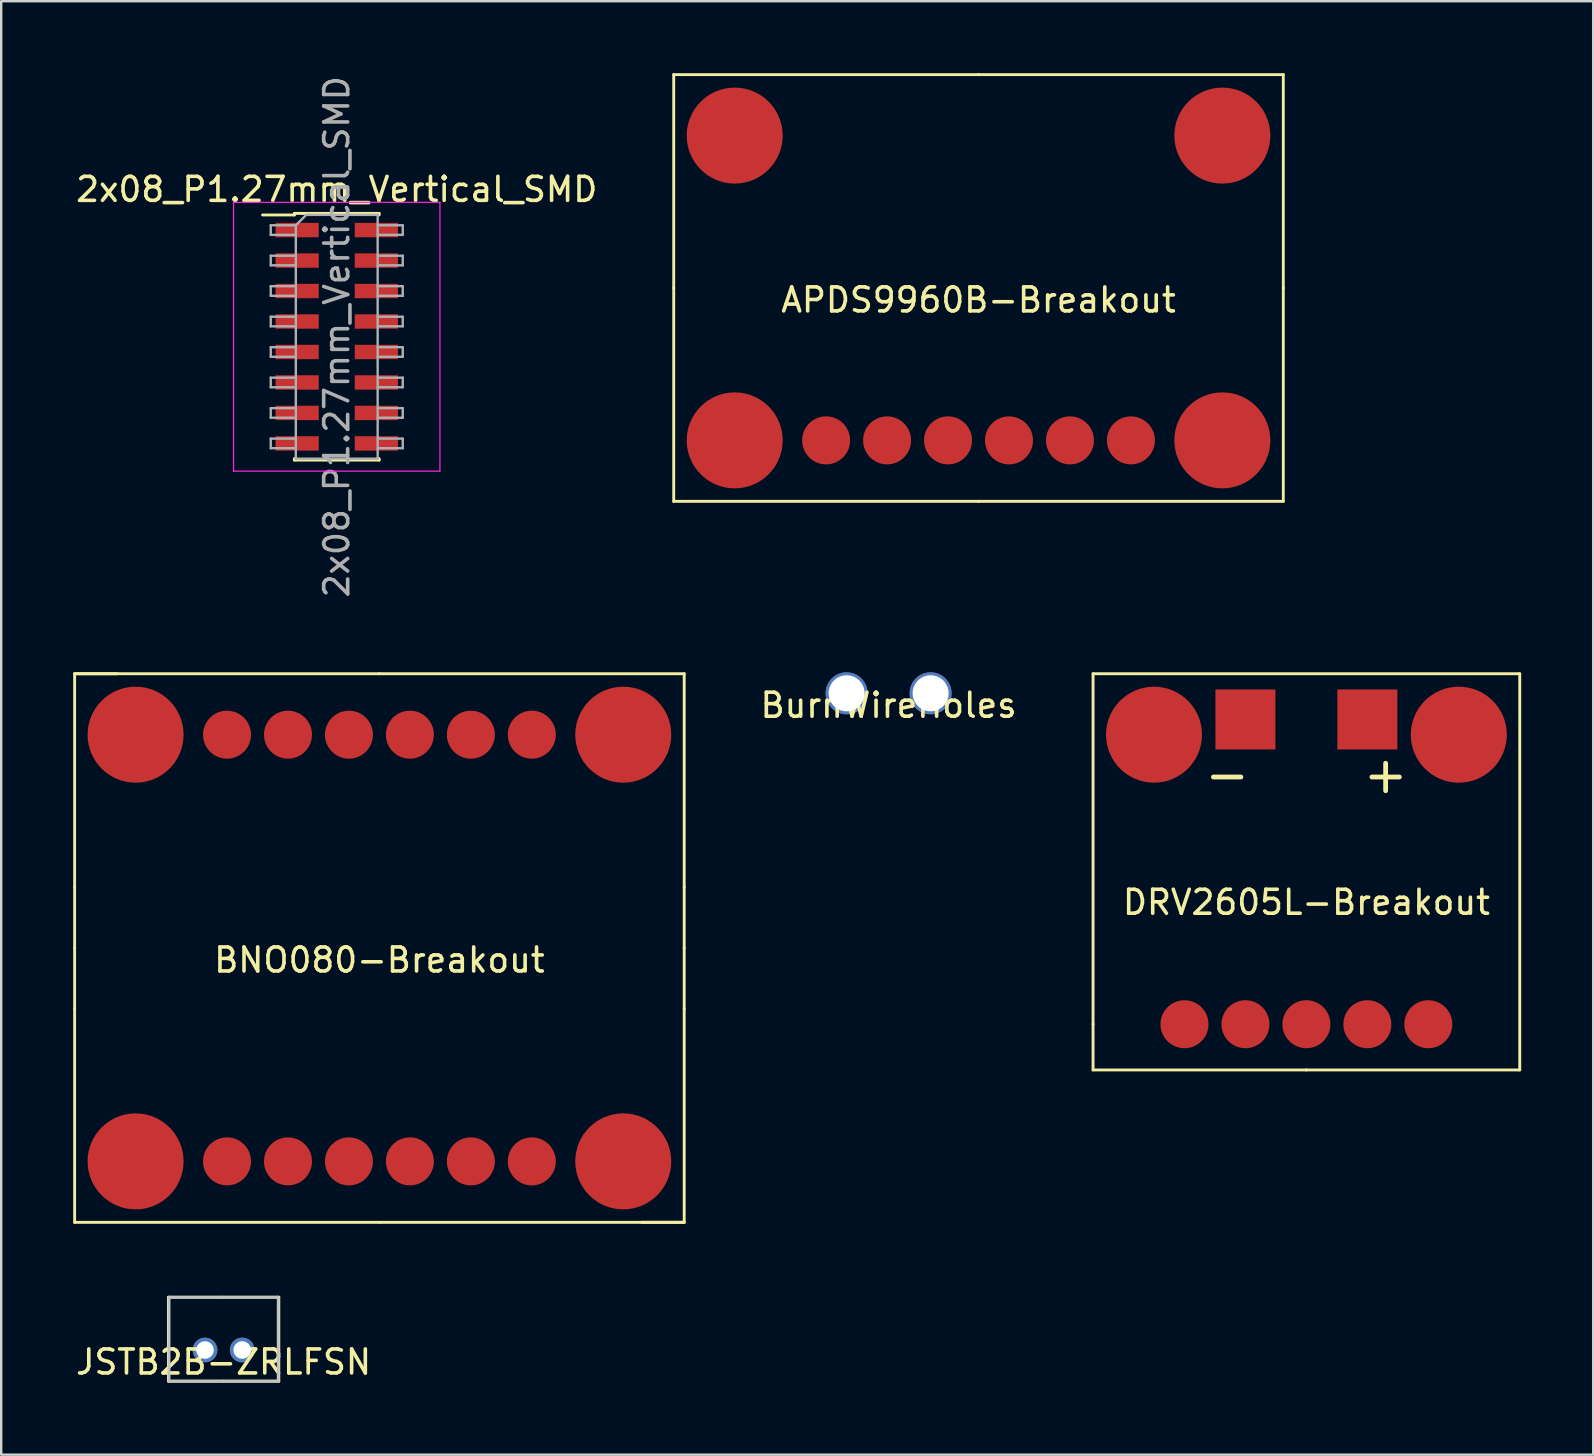
<source format=kicad_pcb>
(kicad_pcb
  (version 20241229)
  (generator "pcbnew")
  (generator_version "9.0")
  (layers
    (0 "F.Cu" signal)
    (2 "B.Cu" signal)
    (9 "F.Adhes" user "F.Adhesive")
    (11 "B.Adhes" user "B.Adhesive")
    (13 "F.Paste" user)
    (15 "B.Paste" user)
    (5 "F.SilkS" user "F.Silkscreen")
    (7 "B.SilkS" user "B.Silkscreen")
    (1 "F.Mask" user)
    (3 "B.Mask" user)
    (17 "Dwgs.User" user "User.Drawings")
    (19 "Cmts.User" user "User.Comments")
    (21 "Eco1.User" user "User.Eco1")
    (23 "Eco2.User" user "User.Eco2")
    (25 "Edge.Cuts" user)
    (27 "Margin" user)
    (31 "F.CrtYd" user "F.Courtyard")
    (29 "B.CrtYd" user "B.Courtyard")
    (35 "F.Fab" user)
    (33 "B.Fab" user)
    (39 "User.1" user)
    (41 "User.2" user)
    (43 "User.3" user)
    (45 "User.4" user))
  (footprint "BNO080-Breakout"
    (layer "F.Cu")
    (at 12.76 36.454)
    (property "Reference" "BNO080-Breakout" (at 0 0.5 0) (layer "F.SilkS") (effects (font (size 1 1) (thickness 0.15))))
    (attr through_hole)
    (fp_line (start -12.7 -11.43) (end -10.922 -11.43) (stroke (width 0.12) (type solid)) (layer "F.SilkS"))
    (fp_line (start -12.7 -2.54) (end -12.7 -11.43) (stroke (width 0.12) (type solid)) (layer "F.SilkS"))
    (fp_line (start -12.7 -2.54) (end -12.7 0) (stroke (width 0.12) (type solid)) (layer "F.SilkS"))
    (fp_line (start -12.7 2.54) (end -12.7 0) (stroke (width 0.12) (type solid)) (layer "F.SilkS"))
    (fp_line (start -12.7 2.54) (end -12.7 11.43) (stroke (width 0.12) (type solid)) (layer "F.SilkS"))
    (fp_line (start 0 -11.43) (end -12.7 -11.43) (stroke (width 0.12) (type solid)) (layer "F.SilkS"))
    (fp_line (start 0 -11.43) (end 12.7 -11.43) (stroke (width 0.12) (type solid)) (layer "F.SilkS"))
    (fp_line (start 0 11.43) (end -12.7 11.43) (stroke (width 0.12) (type solid)) (layer "F.SilkS"))
    (fp_line (start 0 11.43) (end 12.7 11.43) (stroke (width 0.12) (type solid)) (layer "F.SilkS"))
    (fp_line (start 12.7 -2.54) (end 12.7 -11.43) (stroke (width 0.12) (type solid)) (layer "F.SilkS"))
    (fp_line (start 12.7 -2.54) (end 12.7 0) (stroke (width 0.12) (type solid)) (layer "F.SilkS"))
    (fp_line (start 12.7 2.54) (end 12.7 0) (stroke (width 0.12) (type solid)) (layer "F.SilkS"))
    (fp_line (start 12.7 2.54) (end 12.7 11.43) (stroke (width 0.12) (type solid)) (layer "F.SilkS"))
    (fp_line (start 12.7 11.43) (end 10.922 11.43) (stroke (width 0.12) (type solid)) (layer "F.SilkS"))
    (pad "1" smd circle (at -6.35 8.89) (size 2 2) (layers "F.Cu" "F.Mask" "F.Paste"))
    (pad "2" smd circle (at -3.81 8.89) (size 2 2) (layers "F.Cu" "F.Mask" "F.Paste"))
    (pad "3" smd circle (at -1.27 8.89) (size 2 2) (layers "F.Cu" "F.Mask" "F.Paste"))
    (pad "4" smd circle (at 1.27 8.89) (size 2 2) (layers "F.Cu" "F.Mask" "F.Paste"))
    (pad "5" smd circle (at 3.81 8.89) (size 2 2) (layers "F.Cu" "F.Mask" "F.Paste"))
    (pad "6" smd circle (at 6.35 8.89) (size 2 2) (layers "F.Cu" "F.Mask" "F.Paste"))
    (pad "7" smd circle (at -6.35 -8.89 180) (size 2 2) (layers "F.Cu" "F.Mask" "F.Paste"))
    (pad "8" smd circle (at -3.81 -8.89 180) (size 2 2) (layers "F.Cu" "F.Mask" "F.Paste"))
    (pad "9" smd circle (at -1.27 -8.89 180) (size 2 2) (layers "F.Cu" "F.Mask" "F.Paste"))
    (pad "10" smd circle (at 1.27 -8.89 180) (size 2 2) (layers "F.Cu" "F.Mask" "F.Paste"))
    (pad "11" smd circle (at 3.81 -8.89 180) (size 2 2) (layers "F.Cu" "F.Mask" "F.Paste"))
    (pad "12" smd circle (at 6.35 -8.89 180) (size 2 2) (layers "F.Cu" "F.Mask" "F.Paste"))
    (pad "13" smd circle (at -10.16 8.89) (size 4 4) (layers "F.Cu" "F.Mask" "F.Paste"))
    (pad "14" smd circle (at 10.16 8.89) (size 4 4) (layers "F.Cu" "F.Mask" "F.Paste"))
    (pad "15" smd circle (at -10.16 -8.89 180) (size 4 4) (layers "F.Cu" "F.Mask" "F.Paste"))
    (pad "16" smd circle (at 10.16 -8.89 180) (size 4 4) (layers "F.Cu" "F.Mask" "F.Paste")))
  (footprint "JSTB2B-ZRLFSN"
    (layer "F.Cu")
    (at 6.268 53.204)
    (property "Reference" "JSTB2B-ZRLFSN" (at 0 0.5 0) (layer "F.SilkS") (effects (font (size 1 1) (thickness 0.15))))
    (attr through_hole)
    (fp_line (start -2.3 -2.2) (end 2.3 -2.2) (stroke (width 0.12) (type solid)) (layer "F.SilkS"))
    (fp_line (start -2.3 1.3) (end -2.3 -2.2) (stroke (width 0.12) (type solid)) (layer "F.SilkS"))
    (fp_line (start 2.3 -2.2) (end 2.3 1.3) (stroke (width 0.12) (type solid)) (layer "F.SilkS"))
    (fp_line (start 2.3 1.3) (end -2.3 1.3) (stroke (width 0.12) (type solid)) (layer "F.SilkS"))
    (fp_line (start -2.275 1.3) (end -2.275 -2.2) (stroke (width 0.12) (type solid)) (layer "Dwgs.User"))
    (fp_line (start 0 -2.2) (end -2.25 -2.2) (stroke (width 0.12) (type solid)) (layer "Dwgs.User"))
    (fp_line (start 0 -2.2) (end 2.25 -2.2) (stroke (width 0.12) (type solid)) (layer "Dwgs.User"))
    (fp_line (start 0 1.3) (end -2.25 1.3) (stroke (width 0.12) (type solid)) (layer "Dwgs.User"))
    (fp_line (start 0 1.3) (end 2.25 1.3) (stroke (width 0.12) (type solid)) (layer "Dwgs.User"))
    (fp_line (start 2.275 1.3) (end 2.275 -2.2) (stroke (width 0.12) (type solid)) (layer "Dwgs.User"))
    (pad "1" thru_hole circle (at -0.775 0) (size 1.03 1.03) (drill 0.73) (layers "*.Cu" "*.Mask"))
    (pad "2" thru_hole circle (at 0.775 0 180) (size 1.03 1.03) (drill 0.73) (layers "*.Cu" "*.Mask")))
  (footprint "APDS9960B-Breakout"
    (layer "F.Cu")
    (at 37.724 8.95)
    (property "Reference" "APDS9960B-Breakout" (at 0 0.5 0) (layer "F.SilkS") (effects (font (size 1 1) (thickness 0.15))))
    (attr through_hole)
    (fp_line (start -12.7 0) (end -12.7 -8.89) (stroke (width 0.12) (type solid)) (layer "F.SilkS"))
    (fp_line (start -12.7 0) (end -12.7 8.89) (stroke (width 0.12) (type solid)) (layer "F.SilkS"))
    (fp_line (start 0 -8.89) (end -12.7 -8.89) (stroke (width 0.12) (type solid)) (layer "F.SilkS"))
    (fp_line (start 0 -8.89) (end 12.7 -8.89) (stroke (width 0.12) (type solid)) (layer "F.SilkS"))
    (fp_line (start 0 8.89) (end -12.7 8.89) (stroke (width 0.12) (type solid)) (layer "F.SilkS"))
    (fp_line (start 0 8.89) (end 12.7 8.89) (stroke (width 0.12) (type solid)) (layer "F.SilkS"))
    (fp_line (start 12.7 0) (end 12.7 -8.89) (stroke (width 0.12) (type solid)) (layer "F.SilkS"))
    (fp_line (start 12.7 0) (end 12.7 8.89) (stroke (width 0.12) (type solid)) (layer "F.SilkS"))
    (pad "1" smd circle (at -6.35 6.35) (size 2 2) (layers "F.Cu" "F.Mask" "F.Paste"))
    (pad "2" smd circle (at -3.81 6.35) (size 2 2) (layers "F.Cu" "F.Mask" "F.Paste"))
    (pad "3" smd circle (at -1.27 6.35) (size 2 2) (layers "F.Cu" "F.Mask" "F.Paste"))
    (pad "4" smd circle (at 1.27 6.35) (size 2 2) (layers "F.Cu" "F.Mask" "F.Paste"))
    (pad "5" smd circle (at 3.81 6.35) (size 2 2) (layers "F.Cu" "F.Mask" "F.Paste"))
    (pad "6" smd circle (at 6.35 6.35) (size 2 2) (layers "F.Cu" "F.Mask" "F.Paste"))
    (pad "7" smd circle (at -10.16 -6.35 180) (size 4 4) (layers "F.Cu" "F.Mask" "F.Paste"))
    (pad "8" smd circle (at 10.16 -6.35 180) (size 4 4) (layers "F.Cu" "F.Mask" "F.Paste"))
    (pad "9" smd circle (at -10.16 6.35) (size 4 4) (layers "F.Cu" "F.Mask" "F.Paste"))
    (pad "10" smd circle (at 10.16 6.35) (size 4 4) (layers "F.Cu" "F.Mask" "F.Paste")))
  (footprint "DRV2605L-Breakout"
    (layer "F.Cu")
    (at 51.387 39.629)
    (property "Reference" "DRV2605L-Breakout" (at 0 -5.08 0) (layer "F.SilkS") (effects (font (size 1 1) (thickness 0.15))))
    (attr through_hole)
    (fp_line (start -8.89 -14.605) (end 8.89 -14.605) (stroke (width 0.12) (type solid)) (layer "F.SilkS"))
    (fp_line (start -8.89 0) (end -8.89 -14.605) (stroke (width 0.12) (type solid)) (layer "F.SilkS"))
    (fp_line (start -8.89 1.905) (end -8.89 0) (stroke (width 0.12) (type solid)) (layer "F.SilkS"))
    (fp_line (start 0 1.905) (end -8.89 1.905) (stroke (width 0.12) (type solid)) (layer "F.SilkS"))
    (fp_line (start 0 1.905) (end 8.89 1.905) (stroke (width 0.12) (type solid)) (layer "F.SilkS"))
    (fp_line (start 8.89 1.905) (end 8.89 -14.605) (stroke (width 0.12) (type solid)) (layer "F.SilkS"))
    (fp_text user "+" (at 3.302 -10.414 0) (layer "F.SilkS") (effects (font (size 1.5 1.5) (thickness 0.2))))
    (fp_text user "-" (at -3.302 -10.414 0) (layer "F.SilkS") (effects (font (size 1.5 1.5) (thickness 0.2))))
    (pad "1" smd circle (at -5.08 0) (size 2 2) (layers "F.Cu" "F.Mask" "F.Paste"))
    (pad "2" smd circle (at -2.54 0) (size 2 2) (layers "F.Cu" "F.Mask" "F.Paste"))
    (pad "3" smd circle (at 0 0) (size 2 2) (layers "F.Cu" "F.Mask" "F.Paste"))
    (pad "4" smd circle (at 2.54 0) (size 2 2) (layers "F.Cu" "F.Mask" "F.Paste"))
    (pad "5" smd circle (at 5.08 0) (size 2 2) (layers "F.Cu" "F.Mask" "F.Paste"))
    (pad "6" smd rect (at -2.54 -12.7) (size 2.5 2.5) (layers "F.Cu" "F.Mask" "F.Paste"))
    (pad "7" smd rect (at 2.54 -12.7) (size 2.5 2.5) (layers "F.Cu" "F.Mask" "F.Paste"))
    (pad "8" smd circle (at -6.35 -12.065) (size 4 4) (layers "F.Cu" "F.Mask" "F.Paste"))
    (pad "9" smd circle (at 6.35 -12.065) (size 4 4) (layers "F.Cu" "F.Mask" "F.Paste")))
  (footprint "BurnWireHoles"
    (layer "F.Cu")
    (at 33.978 25.839)
    (property "Reference" "BurnWireHoles" (at 0 0.5 0) (layer "F.SilkS") (effects (font (size 1 1) (thickness 0.15))))
    (attr through_hole)
    (pad "1" thru_hole circle (at 1.75 0 270) (size 1.75 1.75) (drill 1.5) (layers "*.Cu" "*.Mask"))
    (pad "2" thru_hole circle (at -1.75 0 270) (size 1.75 1.75) (drill 1.5) (layers "*.Cu" "*.Mask")))
  (footprint "2x08_P1.27mm_Vertical_SMD"
    (layer "F.Cu")
    (at 10.982 10.982)
    (property "Reference" "2x08_P1.27mm_Vertical_SMD" (at 0 -6.14 0) (layer "F.SilkS") (effects (font (size 1 1) (thickness 0.15))))
    (attr smd)
    (fp_line (start -3.09 -5.075) (end -1.765 -5.075) (stroke (width 0.12) (type solid)) (layer "F.SilkS"))
    (fp_line (start -1.765 -5.14) (end -1.765 -5.075) (stroke (width 0.12) (type solid)) (layer "F.SilkS"))
    (fp_line (start -1.765 -5.14) (end 1.765 -5.14) (stroke (width 0.12) (type solid)) (layer "F.SilkS"))
    (fp_line (start -1.765 5.075) (end -1.765 5.14) (stroke (width 0.12) (type solid)) (layer "F.SilkS"))
    (fp_line (start -1.765 5.14) (end 1.765 5.14) (stroke (width 0.12) (type solid)) (layer "F.SilkS"))
    (fp_line (start 1.765 -5.14) (end 1.765 -5.075) (stroke (width 0.12) (type solid)) (layer "F.SilkS"))
    (fp_line (start 1.765 5.075) (end 1.765 5.14) (stroke (width 0.12) (type solid)) (layer "F.SilkS"))
    (fp_line (start -4.3 -5.6) (end -4.3 5.6) (stroke (width 0.05) (type solid)) (layer "F.CrtYd"))
    (fp_line (start -4.3 5.6) (end 4.3 5.6) (stroke (width 0.05) (type solid)) (layer "F.CrtYd"))
    (fp_line (start 4.3 -5.6) (end -4.3 -5.6) (stroke (width 0.05) (type solid)) (layer "F.CrtYd"))
    (fp_line (start 4.3 5.6) (end 4.3 -5.6) (stroke (width 0.05) (type solid)) (layer "F.CrtYd"))
    (fp_line (start -2.75 -4.645) (end -2.75 -4.245) (stroke (width 0.1) (type solid)) (layer "F.Fab"))
    (fp_line (start -2.75 -4.245) (end -1.705 -4.245) (stroke (width 0.1) (type solid)) (layer "F.Fab"))
    (fp_line (start -2.75 -3.375) (end -2.75 -2.975) (stroke (width 0.1) (type solid)) (layer "F.Fab"))
    (fp_line (start -2.75 -2.975) (end -1.705 -2.975) (stroke (width 0.1) (type solid)) (layer "F.Fab"))
    (fp_line (start -2.75 -2.105) (end -2.75 -1.705) (stroke (width 0.1) (type solid)) (layer "F.Fab"))
    (fp_line (start -2.75 -1.705) (end -1.705 -1.705) (stroke (width 0.1) (type solid)) (layer "F.Fab"))
    (fp_line (start -2.75 -0.835) (end -2.75 -0.435) (stroke (width 0.1) (type solid)) (layer "F.Fab"))
    (fp_line (start -2.75 -0.435) (end -1.705 -0.435) (stroke (width 0.1) (type solid)) (layer "F.Fab"))
    (fp_line (start -2.75 0.435) (end -2.75 0.835) (stroke (width 0.1) (type solid)) (layer "F.Fab"))
    (fp_line (start -2.75 0.835) (end -1.705 0.835) (stroke (width 0.1) (type solid)) (layer "F.Fab"))
    (fp_line (start -2.75 1.705) (end -2.75 2.105) (stroke (width 0.1) (type solid)) (layer "F.Fab"))
    (fp_line (start -2.75 2.105) (end -1.705 2.105) (stroke (width 0.1) (type solid)) (layer "F.Fab"))
    (fp_line (start -2.75 2.975) (end -2.75 3.375) (stroke (width 0.1) (type solid)) (layer "F.Fab"))
    (fp_line (start -2.75 3.375) (end -1.705 3.375) (stroke (width 0.1) (type solid)) (layer "F.Fab"))
    (fp_line (start -2.75 4.245) (end -2.75 4.645) (stroke (width 0.1) (type solid)) (layer "F.Fab"))
    (fp_line (start -2.75 4.645) (end -1.705 4.645) (stroke (width 0.1) (type solid)) (layer "F.Fab"))
    (fp_line (start -1.705 -4.645) (end -2.75 -4.645) (stroke (width 0.1) (type solid)) (layer "F.Fab"))
    (fp_line (start -1.705 -4.645) (end -1.27 -5.08) (stroke (width 0.1) (type solid)) (layer "F.Fab"))
    (fp_line (start -1.705 -3.375) (end -2.75 -3.375) (stroke (width 0.1) (type solid)) (layer "F.Fab"))
    (fp_line (start -1.705 -2.105) (end -2.75 -2.105) (stroke (width 0.1) (type solid)) (layer "F.Fab"))
    (fp_line (start -1.705 -0.835) (end -2.75 -0.835) (stroke (width 0.1) (type solid)) (layer "F.Fab"))
    (fp_line (start -1.705 0.435) (end -2.75 0.435) (stroke (width 0.1) (type solid)) (layer "F.Fab"))
    (fp_line (start -1.705 1.705) (end -2.75 1.705) (stroke (width 0.1) (type solid)) (layer "F.Fab"))
    (fp_line (start -1.705 2.975) (end -2.75 2.975) (stroke (width 0.1) (type solid)) (layer "F.Fab"))
    (fp_line (start -1.705 4.245) (end -2.75 4.245) (stroke (width 0.1) (type solid)) (layer "F.Fab"))
    (fp_line (start -1.705 5.08) (end -1.705 -4.645) (stroke (width 0.1) (type solid)) (layer "F.Fab"))
    (fp_line (start -1.27 -5.08) (end 1.705 -5.08) (stroke (width 0.1) (type solid)) (layer "F.Fab"))
    (fp_line (start 1.705 -5.08) (end 1.705 5.08) (stroke (width 0.1) (type solid)) (layer "F.Fab"))
    (fp_line (start 1.705 -4.645) (end 2.75 -4.645) (stroke (width 0.1) (type solid)) (layer "F.Fab"))
    (fp_line (start 1.705 -3.375) (end 2.75 -3.375) (stroke (width 0.1) (type solid)) (layer "F.Fab"))
    (fp_line (start 1.705 -2.105) (end 2.75 -2.105) (stroke (width 0.1) (type solid)) (layer "F.Fab"))
    (fp_line (start 1.705 -0.835) (end 2.75 -0.835) (stroke (width 0.1) (type solid)) (layer "F.Fab"))
    (fp_line (start 1.705 0.435) (end 2.75 0.435) (stroke (width 0.1) (type solid)) (layer "F.Fab"))
    (fp_line (start 1.705 1.705) (end 2.75 1.705) (stroke (width 0.1) (type solid)) (layer "F.Fab"))
    (fp_line (start 1.705 2.975) (end 2.75 2.975) (stroke (width 0.1) (type solid)) (layer "F.Fab"))
    (fp_line (start 1.705 4.245) (end 2.75 4.245) (stroke (width 0.1) (type solid)) (layer "F.Fab"))
    (fp_line (start 1.705 5.08) (end -1.705 5.08) (stroke (width 0.1) (type solid)) (layer "F.Fab"))
    (fp_line (start 2.75 -4.645) (end 2.75 -4.245) (stroke (width 0.1) (type solid)) (layer "F.Fab"))
    (fp_line (start 2.75 -4.245) (end 1.705 -4.245) (stroke (width 0.1) (type solid)) (layer "F.Fab"))
    (fp_line (start 2.75 -3.375) (end 2.75 -2.975) (stroke (width 0.1) (type solid)) (layer "F.Fab"))
    (fp_line (start 2.75 -2.975) (end 1.705 -2.975) (stroke (width 0.1) (type solid)) (layer "F.Fab"))
    (fp_line (start 2.75 -2.105) (end 2.75 -1.705) (stroke (width 0.1) (type solid)) (layer "F.Fab"))
    (fp_line (start 2.75 -1.705) (end 1.705 -1.705) (stroke (width 0.1) (type solid)) (layer "F.Fab"))
    (fp_line (start 2.75 -0.835) (end 2.75 -0.435) (stroke (width 0.1) (type solid)) (layer "F.Fab"))
    (fp_line (start 2.75 -0.435) (end 1.705 -0.435) (stroke (width 0.1) (type solid)) (layer "F.Fab"))
    (fp_line (start 2.75 0.435) (end 2.75 0.835) (stroke (width 0.1) (type solid)) (layer "F.Fab"))
    (fp_line (start 2.75 0.835) (end 1.705 0.835) (stroke (width 0.1) (type solid)) (layer "F.Fab"))
    (fp_line (start 2.75 1.705) (end 2.75 2.105) (stroke (width 0.1) (type solid)) (layer "F.Fab"))
    (fp_line (start 2.75 2.105) (end 1.705 2.105) (stroke (width 0.1) (type solid)) (layer "F.Fab"))
    (fp_line (start 2.75 2.975) (end 2.75 3.375) (stroke (width 0.1) (type solid)) (layer "F.Fab"))
    (fp_line (start 2.75 3.375) (end 1.705 3.375) (stroke (width 0.1) (type solid)) (layer "F.Fab"))
    (fp_line (start 2.75 4.245) (end 2.75 4.645) (stroke (width 0.1) (type solid)) (layer "F.Fab"))
    (fp_line (start 2.75 4.645) (end 1.705 4.645) (stroke (width 0.1) (type solid)) (layer "F.Fab"))
    (fp_text user "${REFERENCE}" (at 0 0 90) (layer "F.Fab") (effects (font (size 1 1) (thickness 0.15))))
    (pad "1" smd rect (at -1.65 -4.445) (size 1.8 0.6) (layers "F.Cu" "F.Mask" "F.Paste"))
    (pad "2" smd rect (at 1.65 -4.445) (size 1.8 0.6) (layers "F.Cu" "F.Mask" "F.Paste"))
    (pad "3" smd rect (at -1.65 -3.175) (size 1.8 0.6) (layers "F.Cu" "F.Mask" "F.Paste"))
    (pad "4" smd rect (at 1.65 -3.175) (size 1.8 0.6) (layers "F.Cu" "F.Mask" "F.Paste"))
    (pad "5" smd rect (at -1.65 -1.905) (size 1.8 0.6) (layers "F.Cu" "F.Mask" "F.Paste"))
    (pad "6" smd rect (at 1.65 -1.905) (size 1.8 0.6) (layers "F.Cu" "F.Mask" "F.Paste"))
    (pad "7" smd rect (at -1.65 -0.635) (size 1.8 0.6) (layers "F.Cu" "F.Mask" "F.Paste"))
    (pad "8" smd rect (at 1.65 -0.635) (size 1.8 0.6) (layers "F.Cu" "F.Mask" "F.Paste"))
    (pad "9" smd rect (at -1.65 0.635) (size 1.8 0.6) (layers "F.Cu" "F.Mask" "F.Paste"))
    (pad "10" smd rect (at 1.65 0.635) (size 1.8 0.6) (layers "F.Cu" "F.Mask" "F.Paste"))
    (pad "11" smd rect (at -1.65 1.905) (size 1.8 0.6) (layers "F.Cu" "F.Mask" "F.Paste"))
    (pad "12" smd rect (at 1.65 1.905) (size 1.8 0.6) (layers "F.Cu" "F.Mask" "F.Paste"))
    (pad "13" smd rect (at -1.65 3.175) (size 1.8 0.6) (layers "F.Cu" "F.Mask" "F.Paste"))
    (pad "14" smd rect (at 1.65 3.175) (size 1.8 0.6) (layers "F.Cu" "F.Mask" "F.Paste"))
    (pad "15" smd rect (at -1.65 4.445) (size 1.8 0.6) (layers "F.Cu" "F.Mask" "F.Paste"))
    (pad "16" smd rect (at 1.65 4.445) (size 1.8 0.6) (layers "F.Cu" "F.Mask" "F.Paste")))
  (gr_rect
    (start -3 -3)
    (end 63.337 57.564)
    (stroke (width 0.1) (type default))
    (fill no)
    (layer "Edge.Cuts")))
</source>
